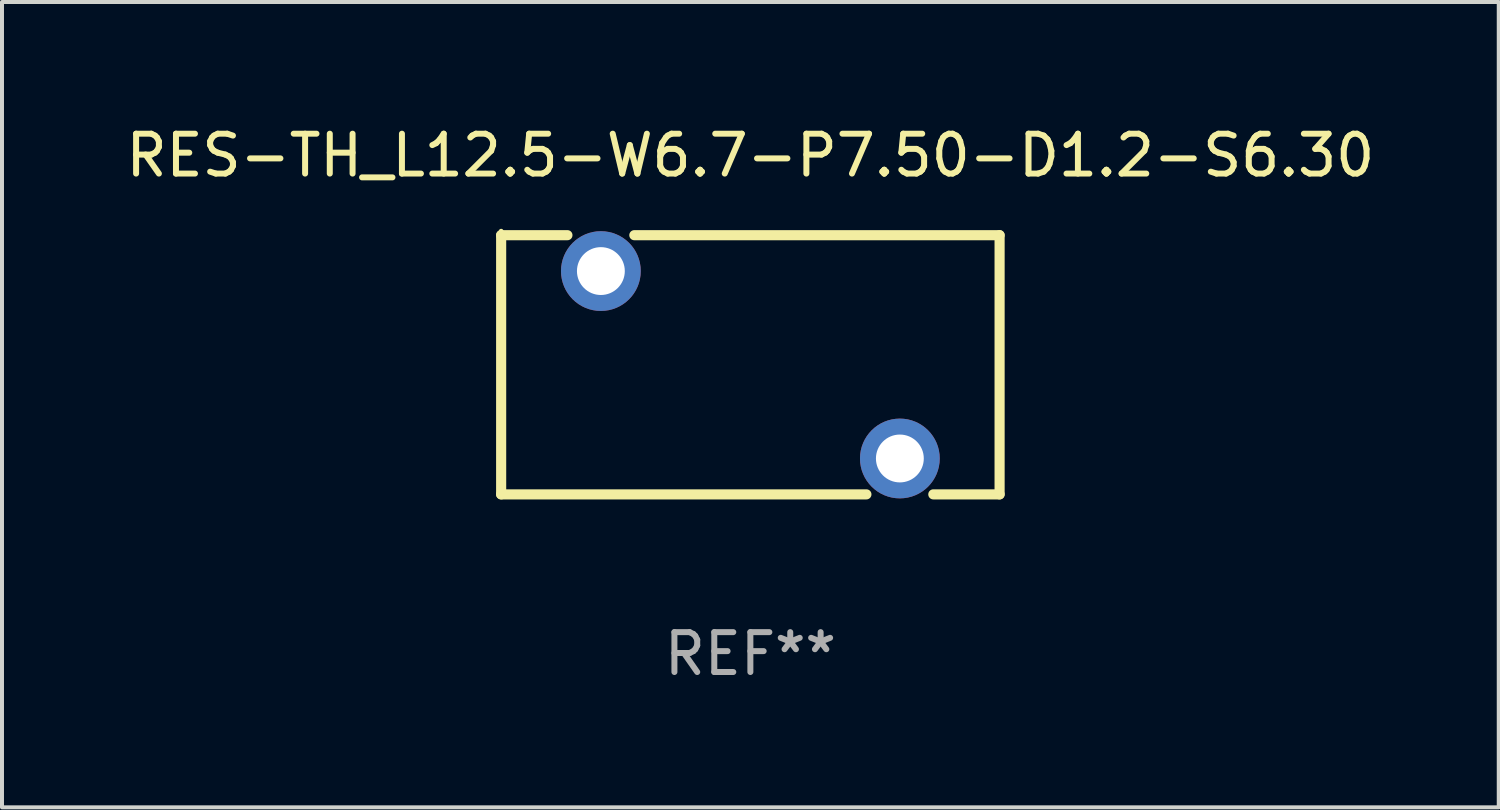
<source format=kicad_pcb>
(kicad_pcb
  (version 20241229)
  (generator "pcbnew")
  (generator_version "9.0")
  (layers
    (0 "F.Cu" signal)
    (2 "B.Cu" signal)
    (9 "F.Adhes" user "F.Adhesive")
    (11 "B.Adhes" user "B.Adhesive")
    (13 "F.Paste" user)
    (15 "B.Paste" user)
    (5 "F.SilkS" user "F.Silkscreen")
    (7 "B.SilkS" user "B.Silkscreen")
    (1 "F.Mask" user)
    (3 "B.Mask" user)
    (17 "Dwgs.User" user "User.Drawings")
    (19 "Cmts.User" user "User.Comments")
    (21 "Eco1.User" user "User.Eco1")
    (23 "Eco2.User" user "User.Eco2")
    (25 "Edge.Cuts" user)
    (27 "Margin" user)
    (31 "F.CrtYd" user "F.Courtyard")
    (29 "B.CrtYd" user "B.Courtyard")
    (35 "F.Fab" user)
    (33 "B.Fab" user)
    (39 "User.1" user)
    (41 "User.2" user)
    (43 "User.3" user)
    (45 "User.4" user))
  (footprint "RES-TH_L12.5-W6.7-P7.50-D1.2-S6.30"
    (layer "F.Cu")
    (at 15.768 6.098)
    (property "Reference" "RES-TH_L12.5-W6.7-P7.50-D1.2-S6.30" (at 0 -5.25 0) (layer "F.SilkS") (effects (font (size 1 1) (thickness 0.15))))
    (attr through_hole)
    (fp_line (start -6.25 -3.25) (end -4.588 -3.25) (stroke (width 0.254) (type solid)) (layer "F.SilkS"))
    (fp_line (start -6.25 3.25) (end -6.25 -3.25) (stroke (width 0.254) (type solid)) (layer "F.SilkS"))
    (fp_line (start -2.91 -3.25) (end 6.25 -3.25) (stroke (width 0.254) (type solid)) (layer "F.SilkS"))
    (fp_line (start 2.91 3.25) (end -6.25 3.25) (stroke (width 0.254) (type solid)) (layer "F.SilkS"))
    (fp_line (start 6.25 -3.25) (end 6.25 3.25) (stroke (width 0.254) (type solid)) (layer "F.SilkS"))
    (fp_line (start 6.25 3.25) (end 4.588 3.25) (stroke (width 0.254) (type solid)) (layer "F.SilkS"))
    (fp_circle (center -6.25 -3.35) (end -6.22 -3.35) (stroke (width 0.06) (type solid)) (fill no) (layer "F.SilkS"))
    (fp_text user "REF**" (at 0 7.25 0) (layer "F.Fab") (effects (font (size 1 1) (thickness 0.15))))
    (pad "1" thru_hole circle (at -3.749 -2.35) (size 2 2) (drill 1.2) (layers "*.Cu" "*.Mask"))
    (pad "2" thru_hole circle (at 3.749 2.35) (size 2 2) (drill 1.2) (layers "*.Cu" "*.Mask")))
  (gr_rect
    (start -3 -3)
    (end 34.536 17.197)
    (stroke (width 0.1) (type default))
    (fill no)
    (layer "Edge.Cuts")))
</source>
